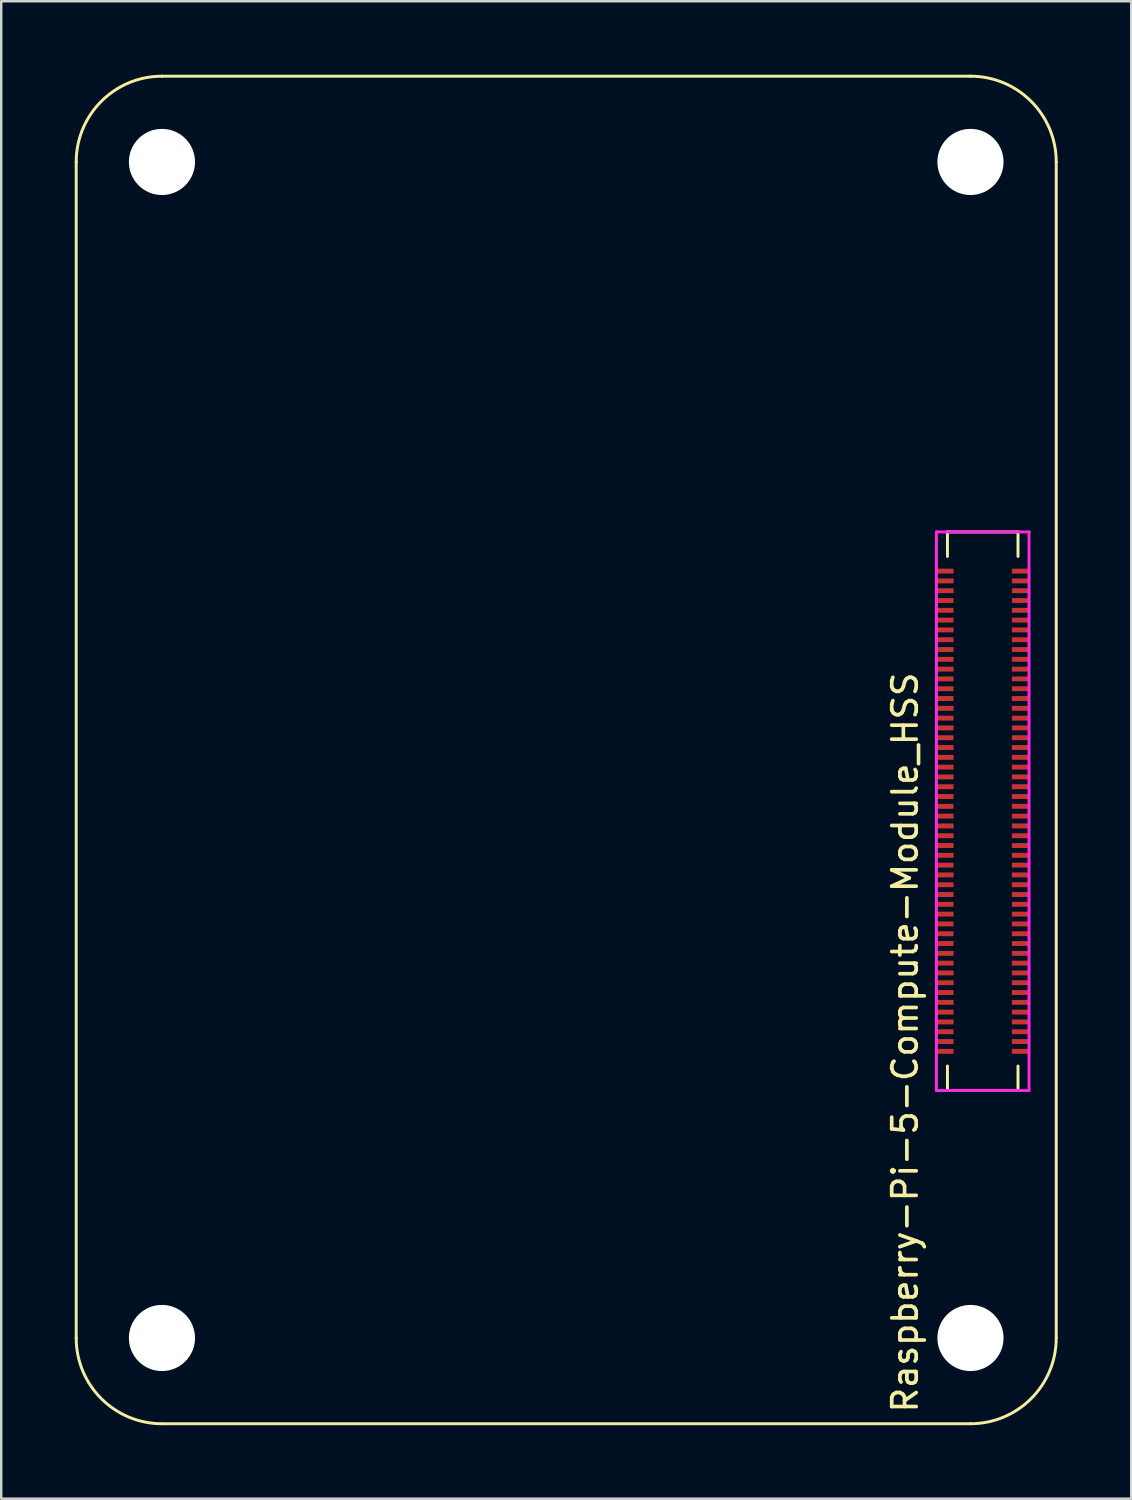
<source format=kicad_pcb>
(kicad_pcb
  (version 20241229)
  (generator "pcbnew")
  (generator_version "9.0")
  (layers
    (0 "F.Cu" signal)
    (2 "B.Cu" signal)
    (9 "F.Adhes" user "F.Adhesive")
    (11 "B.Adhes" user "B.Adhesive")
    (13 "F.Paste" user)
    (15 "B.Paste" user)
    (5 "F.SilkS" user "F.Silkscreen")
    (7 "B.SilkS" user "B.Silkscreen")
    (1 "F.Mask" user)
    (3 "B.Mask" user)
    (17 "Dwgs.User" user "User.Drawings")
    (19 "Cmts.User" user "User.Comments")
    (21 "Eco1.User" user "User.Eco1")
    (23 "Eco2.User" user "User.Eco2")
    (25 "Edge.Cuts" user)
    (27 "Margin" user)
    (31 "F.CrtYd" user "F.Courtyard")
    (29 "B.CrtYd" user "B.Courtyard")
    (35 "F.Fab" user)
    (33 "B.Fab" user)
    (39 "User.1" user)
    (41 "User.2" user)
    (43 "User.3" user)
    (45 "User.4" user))
  (footprint "Raspberry-Pi-5-Compute-Module_HSS"
    (layer "F.Cu")
    (at 3.56 51.56)
    (property "Reference" "Raspberry-Pi-5-Compute-Module_HSS" (at 30.33 -12.06 270) (layer "F.SilkS") (effects (font (size 1 1) (thickness 0.15))))
    (attr smd)
    (fp_line (start -3.5 -48) (end -3.5 0) (stroke (width 0.12) (type solid)) (layer "F.SilkS"))
    (fp_line (start 0 3.5) (end 33 3.5) (stroke (width 0.12) (type solid)) (layer "F.SilkS"))
    (fp_line (start 32.06 -32.9) (end 32.06 -31.9) (stroke (width 0.12) (type solid)) (layer "F.SilkS"))
    (fp_line (start 32.06 -32.9) (end 34.94 -32.9) (stroke (width 0.12) (type solid)) (layer "F.SilkS"))
    (fp_line (start 32.06 -10.1) (end 32.06 -11.1) (stroke (width 0.12) (type solid)) (layer "F.SilkS"))
    (fp_line (start 32.06 -10.1) (end 34.94 -10.1) (stroke (width 0.12) (type solid)) (layer "F.SilkS"))
    (fp_line (start 33 -51.5) (end 0 -51.5) (stroke (width 0.12) (type solid)) (layer "F.SilkS"))
    (fp_line (start 34.94 -32.9) (end 34.94 -31.9) (stroke (width 0.12) (type solid)) (layer "F.SilkS"))
    (fp_line (start 34.94 -10.1) (end 34.94 -11.1) (stroke (width 0.12) (type solid)) (layer "F.SilkS"))
    (fp_line (start 36.5 0) (end 36.5 -48) (stroke (width 0.12) (type solid)) (layer "F.SilkS"))
    (fp_arc (start -3.5 -48) (mid -2.474874 -50.474874) (end 0 -51.5) (stroke (width 0.12) (type solid)) (layer "F.SilkS"))
    (fp_arc (start 0 3.5) (mid -2.474874 2.474874) (end -3.5 0) (stroke (width 0.12) (type solid)) (layer "F.SilkS"))
    (fp_arc (start 33 -51.5) (mid 35.474874 -50.474874) (end 36.5 -48) (stroke (width 0.12) (type solid)) (layer "F.SilkS"))
    (fp_arc (start 36.5 0) (mid 35.474874 2.474874) (end 33 3.5) (stroke (width 0.12) (type solid)) (layer "F.SilkS"))
    (fp_line (start 31.61 -32.9) (end 35.39 -32.9) (stroke (width 0.12) (type solid)) (layer "F.CrtYd"))
    (fp_line (start 31.61 -10.1) (end 31.61 -32.9) (stroke (width 0.12) (type solid)) (layer "F.CrtYd"))
    (fp_line (start 35.39 -32.9) (end 35.39 -10.1) (stroke (width 0.12) (type solid)) (layer "F.CrtYd"))
    (fp_line (start 35.39 -10.1) (end 31.61 -10.1) (stroke (width 0.12) (type solid)) (layer "F.CrtYd"))
    (pad "" np_thru_hole circle (at 0 -48) (size 2.7 2.7) (drill 2.7) (layers "*.Cu" "*.Mask"))
    (pad "" np_thru_hole circle (at 0 0) (size 2.7 2.7) (drill 2.7) (layers "*.Cu" "*.Mask"))
    (pad "" np_thru_hole circle (at 33 -48) (size 2.7 2.7) (drill 2.7) (layers "*.Cu" "*.Mask"))
    (pad "" np_thru_hole circle (at 33 0) (size 2.7 2.7) (drill 2.7) (layers "*.Cu" "*.Mask"))
    (pad "101" smd rect (at 31.96 -31.3 270) (size 0.2 0.7) (layers "F.Cu" "F.Mask" "F.Paste"))
    (pad "102" smd rect (at 35.04 -31.3 270) (size 0.2 0.7) (layers "F.Cu" "F.Mask" "F.Paste"))
    (pad "103" smd rect (at 31.96 -30.9 270) (size 0.2 0.7) (layers "F.Cu" "F.Mask" "F.Paste"))
    (pad "104" smd rect (at 35.04 -30.9 270) (size 0.2 0.7) (layers "F.Cu" "F.Mask" "F.Paste"))
    (pad "105" smd rect (at 31.96 -30.5 270) (size 0.2 0.7) (layers "F.Cu" "F.Mask" "F.Paste"))
    (pad "106" smd rect (at 35.04 -30.5 270) (size 0.2 0.7) (layers "F.Cu" "F.Mask" "F.Paste"))
    (pad "107" smd rect (at 31.96 -30.1 270) (size 0.2 0.7) (layers "F.Cu" "F.Mask" "F.Paste"))
    (pad "108" smd rect (at 35.04 -30.1 270) (size 0.2 0.7) (layers "F.Cu" "F.Mask" "F.Paste"))
    (pad "109" smd rect (at 31.96 -29.7 270) (size 0.2 0.7) (layers "F.Cu" "F.Mask" "F.Paste"))
    (pad "110" smd rect (at 35.04 -29.7 270) (size 0.2 0.7) (layers "F.Cu" "F.Mask" "F.Paste"))
    (pad "111" smd rect (at 31.96 -29.3 270) (size 0.2 0.7) (layers "F.Cu" "F.Mask" "F.Paste"))
    (pad "112" smd rect (at 35.04 -29.3 270) (size 0.2 0.7) (layers "F.Cu" "F.Mask" "F.Paste"))
    (pad "113" smd rect (at 31.96 -28.9 270) (size 0.2 0.7) (layers "F.Cu" "F.Mask" "F.Paste"))
    (pad "114" smd rect (at 35.04 -28.9 270) (size 0.2 0.7) (layers "F.Cu" "F.Mask" "F.Paste"))
    (pad "115" smd rect (at 31.96 -28.5 270) (size 0.2 0.7) (layers "F.Cu" "F.Mask" "F.Paste"))
    (pad "116" smd rect (at 35.04 -28.5 270) (size 0.2 0.7) (layers "F.Cu" "F.Mask" "F.Paste"))
    (pad "117" smd rect (at 31.96 -28.1 270) (size 0.2 0.7) (layers "F.Cu" "F.Mask" "F.Paste"))
    (pad "118" smd rect (at 35.04 -28.1 270) (size 0.2 0.7) (layers "F.Cu" "F.Mask" "F.Paste"))
    (pad "119" smd rect (at 31.96 -27.7 270) (size 0.2 0.7) (layers "F.Cu" "F.Mask" "F.Paste"))
    (pad "120" smd rect (at 35.04 -27.7 270) (size 0.2 0.7) (layers "F.Cu" "F.Mask" "F.Paste"))
    (pad "121" smd rect (at 31.96 -27.3 270) (size 0.2 0.7) (layers "F.Cu" "F.Mask" "F.Paste"))
    (pad "122" smd rect (at 35.04 -27.3 270) (size 0.2 0.7) (layers "F.Cu" "F.Mask" "F.Paste"))
    (pad "123" smd rect (at 31.96 -26.9 270) (size 0.2 0.7) (layers "F.Cu" "F.Mask" "F.Paste"))
    (pad "124" smd rect (at 35.04 -26.9 270) (size 0.2 0.7) (layers "F.Cu" "F.Mask" "F.Paste"))
    (pad "125" smd rect (at 31.96 -26.5 270) (size 0.2 0.7) (layers "F.Cu" "F.Mask" "F.Paste"))
    (pad "126" smd rect (at 35.04 -26.5 270) (size 0.2 0.7) (layers "F.Cu" "F.Mask" "F.Paste"))
    (pad "127" smd rect (at 31.96 -26.1 270) (size 0.2 0.7) (layers "F.Cu" "F.Mask" "F.Paste"))
    (pad "128" smd rect (at 35.04 -26.1 270) (size 0.2 0.7) (layers "F.Cu" "F.Mask" "F.Paste"))
    (pad "129" smd rect (at 31.96 -25.7 270) (size 0.2 0.7) (layers "F.Cu" "F.Mask" "F.Paste"))
    (pad "130" smd rect (at 35.04 -25.7 270) (size 0.2 0.7) (layers "F.Cu" "F.Mask" "F.Paste"))
    (pad "131" smd rect (at 31.96 -25.3 270) (size 0.2 0.7) (layers "F.Cu" "F.Mask" "F.Paste"))
    (pad "132" smd rect (at 35.04 -25.3 270) (size 0.2 0.7) (layers "F.Cu" "F.Mask" "F.Paste"))
    (pad "133" smd rect (at 31.96 -24.9 270) (size 0.2 0.7) (layers "F.Cu" "F.Mask" "F.Paste"))
    (pad "134" smd rect (at 35.04 -24.9 270) (size 0.2 0.7) (layers "F.Cu" "F.Mask" "F.Paste"))
    (pad "135" smd rect (at 31.96 -24.5 270) (size 0.2 0.7) (layers "F.Cu" "F.Mask" "F.Paste"))
    (pad "136" smd rect (at 35.04 -24.5 270) (size 0.2 0.7) (layers "F.Cu" "F.Mask" "F.Paste"))
    (pad "137" smd rect (at 31.96 -24.1 270) (size 0.2 0.7) (layers "F.Cu" "F.Mask" "F.Paste"))
    (pad "138" smd rect (at 35.04 -24.1 270) (size 0.2 0.7) (layers "F.Cu" "F.Mask" "F.Paste"))
    (pad "139" smd rect (at 31.96 -23.7 270) (size 0.2 0.7) (layers "F.Cu" "F.Mask" "F.Paste"))
    (pad "140" smd rect (at 35.04 -23.7 270) (size 0.2 0.7) (layers "F.Cu" "F.Mask" "F.Paste"))
    (pad "141" smd rect (at 31.96 -23.3 270) (size 0.2 0.7) (layers "F.Cu" "F.Mask" "F.Paste"))
    (pad "142" smd rect (at 35.04 -23.3 270) (size 0.2 0.7) (layers "F.Cu" "F.Mask" "F.Paste"))
    (pad "143" smd rect (at 31.96 -22.9 270) (size 0.2 0.7) (layers "F.Cu" "F.Mask" "F.Paste"))
    (pad "144" smd rect (at 35.04 -22.9 270) (size 0.2 0.7) (layers "F.Cu" "F.Mask" "F.Paste"))
    (pad "145" smd rect (at 31.96 -22.5 270) (size 0.2 0.7) (layers "F.Cu" "F.Mask" "F.Paste"))
    (pad "146" smd rect (at 35.04 -22.5 270) (size 0.2 0.7) (layers "F.Cu" "F.Mask" "F.Paste"))
    (pad "147" smd rect (at 31.96 -22.1 270) (size 0.2 0.7) (layers "F.Cu" "F.Mask" "F.Paste"))
    (pad "148" smd rect (at 35.04 -22.1 270) (size 0.2 0.7) (layers "F.Cu" "F.Mask" "F.Paste"))
    (pad "149" smd rect (at 31.96 -21.7 270) (size 0.2 0.7) (layers "F.Cu" "F.Mask" "F.Paste"))
    (pad "150" smd rect (at 35.04 -21.7 270) (size 0.2 0.7) (layers "F.Cu" "F.Mask" "F.Paste"))
    (pad "151" smd rect (at 31.96 -21.3 270) (size 0.2 0.7) (layers "F.Cu" "F.Mask" "F.Paste"))
    (pad "152" smd rect (at 35.04 -21.3 270) (size 0.2 0.7) (layers "F.Cu" "F.Mask" "F.Paste"))
    (pad "153" smd rect (at 31.96 -20.9 270) (size 0.2 0.7) (layers "F.Cu" "F.Mask" "F.Paste"))
    (pad "154" smd rect (at 35.04 -20.9 270) (size 0.2 0.7) (layers "F.Cu" "F.Mask" "F.Paste"))
    (pad "155" smd rect (at 31.96 -20.5 270) (size 0.2 0.7) (layers "F.Cu" "F.Mask" "F.Paste"))
    (pad "156" smd rect (at 35.04 -20.5 270) (size 0.2 0.7) (layers "F.Cu" "F.Mask" "F.Paste"))
    (pad "157" smd rect (at 31.96 -20.1 270) (size 0.2 0.7) (layers "F.Cu" "F.Mask" "F.Paste"))
    (pad "158" smd rect (at 35.04 -20.1 270) (size 0.2 0.7) (layers "F.Cu" "F.Mask" "F.Paste"))
    (pad "159" smd rect (at 31.96 -19.7 270) (size 0.2 0.7) (layers "F.Cu" "F.Mask" "F.Paste"))
    (pad "160" smd rect (at 35.04 -19.7 270) (size 0.2 0.7) (layers "F.Cu" "F.Mask" "F.Paste"))
    (pad "161" smd rect (at 31.96 -19.3 270) (size 0.2 0.7) (layers "F.Cu" "F.Mask" "F.Paste"))
    (pad "162" smd rect (at 35.04 -19.3 270) (size 0.2 0.7) (layers "F.Cu" "F.Mask" "F.Paste"))
    (pad "163" smd rect (at 31.96 -18.9 270) (size 0.2 0.7) (layers "F.Cu" "F.Mask" "F.Paste"))
    (pad "164" smd rect (at 35.04 -18.9 270) (size 0.2 0.7) (layers "F.Cu" "F.Mask" "F.Paste"))
    (pad "165" smd rect (at 31.96 -18.5 270) (size 0.2 0.7) (layers "F.Cu" "F.Mask" "F.Paste"))
    (pad "166" smd rect (at 35.04 -18.5 270) (size 0.2 0.7) (layers "F.Cu" "F.Mask" "F.Paste"))
    (pad "167" smd rect (at 31.96 -18.1 270) (size 0.2 0.7) (layers "F.Cu" "F.Mask" "F.Paste"))
    (pad "168" smd rect (at 35.04 -18.1 270) (size 0.2 0.7) (layers "F.Cu" "F.Mask" "F.Paste"))
    (pad "169" smd rect (at 31.96 -17.7 270) (size 0.2 0.7) (layers "F.Cu" "F.Mask" "F.Paste"))
    (pad "170" smd rect (at 35.04 -17.7 270) (size 0.2 0.7) (layers "F.Cu" "F.Mask" "F.Paste"))
    (pad "171" smd rect (at 31.96 -17.3 270) (size 0.2 0.7) (layers "F.Cu" "F.Mask" "F.Paste"))
    (pad "172" smd rect (at 35.04 -17.3 270) (size 0.2 0.7) (layers "F.Cu" "F.Mask" "F.Paste"))
    (pad "173" smd rect (at 31.96 -16.9 270) (size 0.2 0.7) (layers "F.Cu" "F.Mask" "F.Paste"))
    (pad "174" smd rect (at 35.04 -16.9 270) (size 0.2 0.7) (layers "F.Cu" "F.Mask" "F.Paste"))
    (pad "175" smd rect (at 31.96 -16.5 270) (size 0.2 0.7) (layers "F.Cu" "F.Mask" "F.Paste"))
    (pad "176" smd rect (at 35.04 -16.5 270) (size 0.2 0.7) (layers "F.Cu" "F.Mask" "F.Paste"))
    (pad "177" smd rect (at 31.96 -16.1 270) (size 0.2 0.7) (layers "F.Cu" "F.Mask" "F.Paste"))
    (pad "178" smd rect (at 35.04 -16.1 270) (size 0.2 0.7) (layers "F.Cu" "F.Mask" "F.Paste"))
    (pad "179" smd rect (at 31.96 -15.7 270) (size 0.2 0.7) (layers "F.Cu" "F.Mask" "F.Paste"))
    (pad "180" smd rect (at 35.04 -15.7 270) (size 0.2 0.7) (layers "F.Cu" "F.Mask" "F.Paste"))
    (pad "181" smd rect (at 31.96 -15.3 270) (size 0.2 0.7) (layers "F.Cu" "F.Mask" "F.Paste"))
    (pad "182" smd rect (at 35.04 -15.3 270) (size 0.2 0.7) (layers "F.Cu" "F.Mask" "F.Paste"))
    (pad "183" smd rect (at 31.96 -14.9 270) (size 0.2 0.7) (layers "F.Cu" "F.Mask" "F.Paste"))
    (pad "184" smd rect (at 35.04 -14.9 270) (size 0.2 0.7) (layers "F.Cu" "F.Mask" "F.Paste"))
    (pad "185" smd rect (at 31.96 -14.5 270) (size 0.2 0.7) (layers "F.Cu" "F.Mask" "F.Paste"))
    (pad "186" smd rect (at 35.04 -14.5 270) (size 0.2 0.7) (layers "F.Cu" "F.Mask" "F.Paste"))
    (pad "187" smd rect (at 31.96 -14.1 270) (size 0.2 0.7) (layers "F.Cu" "F.Mask" "F.Paste"))
    (pad "188" smd rect (at 35.04 -14.1 270) (size 0.2 0.7) (layers "F.Cu" "F.Mask" "F.Paste"))
    (pad "189" smd rect (at 31.96 -13.7 270) (size 0.2 0.7) (layers "F.Cu" "F.Mask" "F.Paste"))
    (pad "190" smd rect (at 35.04 -13.7 270) (size 0.2 0.7) (layers "F.Cu" "F.Mask" "F.Paste"))
    (pad "191" smd rect (at 31.96 -13.3 270) (size 0.2 0.7) (layers "F.Cu" "F.Mask" "F.Paste"))
    (pad "192" smd rect (at 35.04 -13.3 270) (size 0.2 0.7) (layers "F.Cu" "F.Mask" "F.Paste"))
    (pad "193" smd rect (at 31.96 -12.9 270) (size 0.2 0.7) (layers "F.Cu" "F.Mask" "F.Paste"))
    (pad "194" smd rect (at 35.04 -12.9 270) (size 0.2 0.7) (layers "F.Cu" "F.Mask" "F.Paste"))
    (pad "195" smd rect (at 31.96 -12.5 270) (size 0.2 0.7) (layers "F.Cu" "F.Mask" "F.Paste"))
    (pad "196" smd rect (at 35.04 -12.5 270) (size 0.2 0.7) (layers "F.Cu" "F.Mask" "F.Paste"))
    (pad "197" smd rect (at 31.96 -12.1 270) (size 0.2 0.7) (layers "F.Cu" "F.Mask" "F.Paste"))
    (pad "198" smd rect (at 35.04 -12.1 270) (size 0.2 0.7) (layers "F.Cu" "F.Mask" "F.Paste"))
    (pad "199" smd rect (at 31.96 -11.7 270) (size 0.2 0.7) (layers "F.Cu" "F.Mask" "F.Paste"))
    (pad "200" smd rect (at 35.04 -11.7 270) (size 0.2 0.7) (layers "F.Cu" "F.Mask" "F.Paste")))
  (gr_rect
    (start -3 -3)
    (end 43.12 58.12)
    (stroke (width 0.1) (type default))
    (fill no)
    (layer "Edge.Cuts")))
</source>
